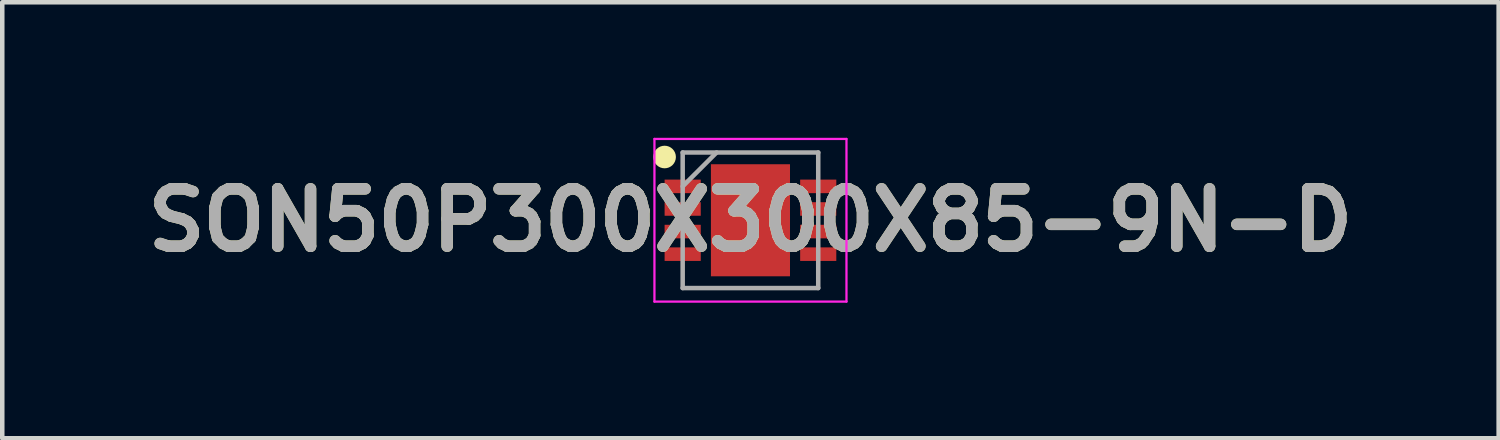
<source format=kicad_pcb>
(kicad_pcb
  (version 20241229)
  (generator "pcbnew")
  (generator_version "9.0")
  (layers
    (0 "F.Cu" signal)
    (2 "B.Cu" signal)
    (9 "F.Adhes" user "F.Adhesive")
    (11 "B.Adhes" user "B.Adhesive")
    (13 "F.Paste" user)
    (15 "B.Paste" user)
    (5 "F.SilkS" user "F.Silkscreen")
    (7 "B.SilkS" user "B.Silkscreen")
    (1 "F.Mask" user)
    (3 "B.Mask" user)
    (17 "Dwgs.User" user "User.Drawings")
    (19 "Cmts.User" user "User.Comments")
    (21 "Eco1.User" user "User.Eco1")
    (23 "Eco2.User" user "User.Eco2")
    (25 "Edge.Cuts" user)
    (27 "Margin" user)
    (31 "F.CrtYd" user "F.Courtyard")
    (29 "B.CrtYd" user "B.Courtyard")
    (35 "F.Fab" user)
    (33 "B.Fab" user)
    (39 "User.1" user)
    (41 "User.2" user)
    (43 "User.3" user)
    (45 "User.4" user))
  (footprint "SON50P300X300X85-9N-D"
    (layer "F.Cu")
    (at 13.559 1.825)
    (property "Reference" "SON50P300X300X85-9N-D" (at 0 0 0) (layer "F.SilkS") (effects (font (size 1.27 1.27) (thickness 0.254))))
    (attr smd)
    (fp_circle (center -1.9 -1.4) (end -1.9 -1.275) (stroke (width 0.25) (type solid)) (fill no) (layer "F.SilkS"))
    (fp_line (start -2.125 -1.8) (end 2.125 -1.8) (stroke (width 0.05) (type solid)) (layer "F.CrtYd"))
    (fp_line (start -2.125 1.8) (end -2.125 -1.8) (stroke (width 0.05) (type solid)) (layer "F.CrtYd"))
    (fp_line (start 2.125 -1.8) (end 2.125 1.8) (stroke (width 0.05) (type solid)) (layer "F.CrtYd"))
    (fp_line (start 2.125 1.8) (end -2.125 1.8) (stroke (width 0.05) (type solid)) (layer "F.CrtYd"))
    (fp_line (start -1.5 -1.5) (end 1.5 -1.5) (stroke (width 0.1) (type solid)) (layer "F.Fab"))
    (fp_line (start -1.5 -0.75) (end -0.75 -1.5) (stroke (width 0.1) (type solid)) (layer "F.Fab"))
    (fp_line (start -1.5 1.5) (end -1.5 -1.5) (stroke (width 0.1) (type solid)) (layer "F.Fab"))
    (fp_line (start 1.5 -1.5) (end 1.5 1.5) (stroke (width 0.1) (type solid)) (layer "F.Fab"))
    (fp_line (start 1.5 1.5) (end -1.5 1.5) (stroke (width 0.1) (type solid)) (layer "F.Fab"))
    (fp_text user "${REFERENCE}" (at 0 0 0) (layer "F.Fab") (effects (font (size 1.27 1.27) (thickness 0.254))))
    (pad "1" smd rect (at -1.5 -0.75 90) (size 0.3 0.8) (layers "F.Cu" "F.Mask" "F.Paste"))
    (pad "2" smd rect (at -1.5 -0.25 90) (size 0.3 0.8) (layers "F.Cu" "F.Mask" "F.Paste"))
    (pad "3" smd rect (at -1.5 0.25 90) (size 0.3 0.8) (layers "F.Cu" "F.Mask" "F.Paste"))
    (pad "4" smd rect (at -1.5 0.75 90) (size 0.3 0.8) (layers "F.Cu" "F.Mask" "F.Paste"))
    (pad "5" smd rect (at 1.5 0.75 90) (size 0.3 0.8) (layers "F.Cu" "F.Mask" "F.Paste"))
    (pad "6" smd rect (at 1.5 0.25 90) (size 0.3 0.8) (layers "F.Cu" "F.Mask" "F.Paste"))
    (pad "7" smd rect (at 1.5 -0.25 90) (size 0.3 0.8) (layers "F.Cu" "F.Mask" "F.Paste"))
    (pad "8" smd rect (at 1.5 -0.75 90) (size 0.3 0.8) (layers "F.Cu" "F.Mask" "F.Paste"))
    (pad "9" smd rect (at 0 0) (size 1.75 2.48) (layers "F.Cu" "F.Mask" "F.Paste")))
  (gr_rect
    (start -3 -3)
    (end 30.118 6.65)
    (stroke (width 0.1) (type default))
    (fill no)
    (layer "Edge.Cuts")))
</source>
